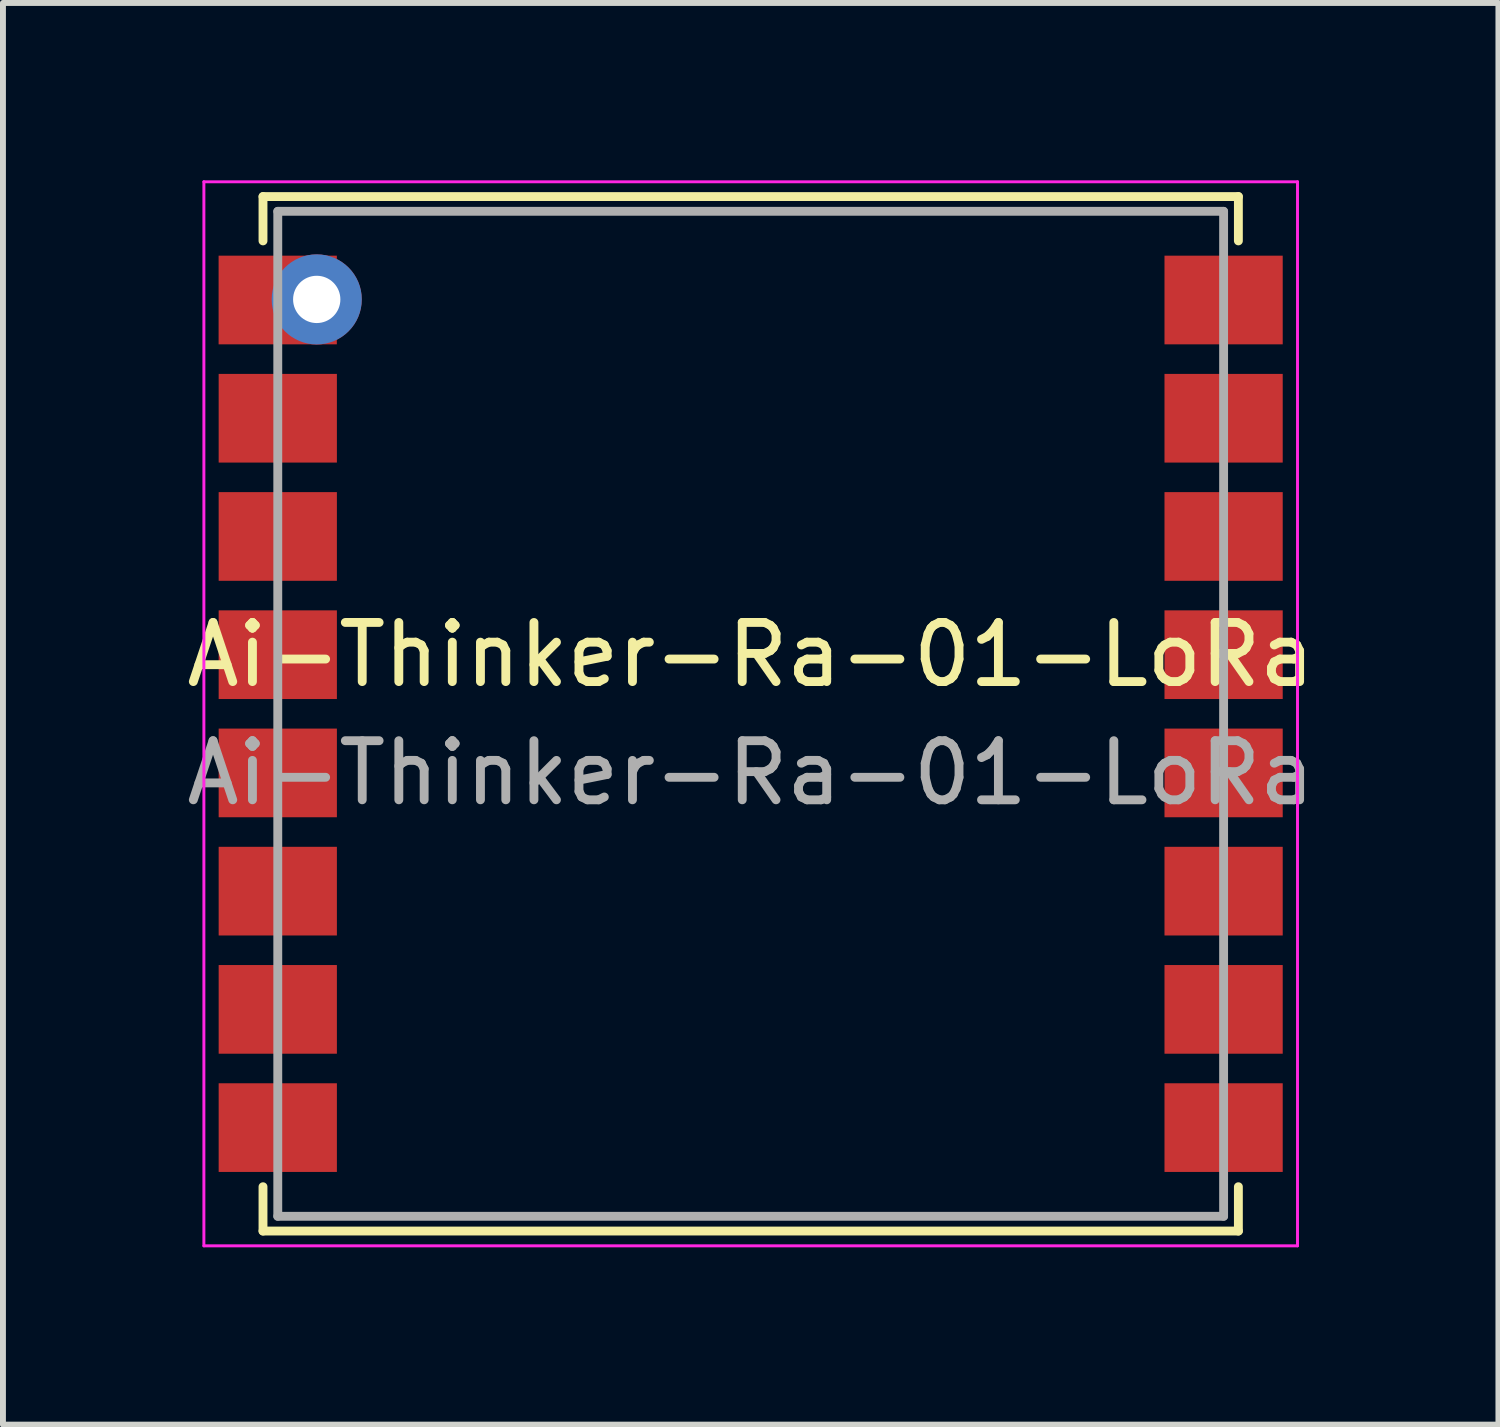
<source format=kicad_pcb>
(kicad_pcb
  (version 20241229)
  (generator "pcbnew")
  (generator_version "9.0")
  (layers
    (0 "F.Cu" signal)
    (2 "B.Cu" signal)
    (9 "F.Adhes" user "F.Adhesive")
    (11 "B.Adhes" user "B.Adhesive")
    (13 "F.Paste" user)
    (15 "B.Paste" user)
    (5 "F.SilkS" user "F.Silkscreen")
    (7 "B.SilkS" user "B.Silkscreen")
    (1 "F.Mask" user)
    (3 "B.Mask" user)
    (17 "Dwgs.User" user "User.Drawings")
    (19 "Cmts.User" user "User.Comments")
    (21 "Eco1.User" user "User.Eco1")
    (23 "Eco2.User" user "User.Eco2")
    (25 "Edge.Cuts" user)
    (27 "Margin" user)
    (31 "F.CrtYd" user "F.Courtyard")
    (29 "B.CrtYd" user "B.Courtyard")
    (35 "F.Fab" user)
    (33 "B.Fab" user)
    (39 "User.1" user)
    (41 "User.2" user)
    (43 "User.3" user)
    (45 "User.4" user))
  (footprint "Ai-Thinker-Ra-01-LoRa"
    (layer "F.Cu")
    (at 9.649 9.025)
    (property "Reference" "Ai-Thinker-Ra-01-LoRa" (at 0 -1 0) (layer "F.SilkS") (effects (font (size 1 1) (thickness 0.15))))
    (attr smd)
    (fp_line (start -8.25 -8.75) (end 8.25 -8.75) (stroke (width 0.15) (type solid)) (layer "F.SilkS"))
    (fp_line (start -8.25 -8) (end -8.25 -8.75) (stroke (width 0.15) (type solid)) (layer "F.SilkS"))
    (fp_line (start -8.25 8) (end -8.25 8.75) (stroke (width 0.15) (type solid)) (layer "F.SilkS"))
    (fp_line (start -8.25 8.75) (end 8.25 8.75) (stroke (width 0.15) (type solid)) (layer "F.SilkS"))
    (fp_line (start 8.25 -8.75) (end 8.25 -8) (stroke (width 0.15) (type solid)) (layer "F.SilkS"))
    (fp_line (start 8.25 8.75) (end 8.25 8) (stroke (width 0.15) (type solid)) (layer "F.SilkS"))
    (fp_line (start -9.25 -9) (end 9.25 -9) (stroke (width 0.05) (type solid)) (layer "F.CrtYd"))
    (fp_line (start -9.25 9) (end -9.25 -9) (stroke (width 0.05) (type solid)) (layer "F.CrtYd"))
    (fp_line (start 9.25 -9) (end 9.25 9) (stroke (width 0.05) (type solid)) (layer "F.CrtYd"))
    (fp_line (start 9.25 9) (end -9.25 9) (stroke (width 0.05) (type solid)) (layer "F.CrtYd"))
    (fp_line (start -8 -8.5) (end 8 -8.5) (stroke (width 0.15) (type solid)) (layer "F.Fab"))
    (fp_line (start -8 8.5) (end -8 -8.5) (stroke (width 0.15) (type solid)) (layer "F.Fab"))
    (fp_line (start 8 -8.5) (end 8 8.5) (stroke (width 0.15) (type solid)) (layer "F.Fab"))
    (fp_line (start 8 8.5) (end -8 8.5) (stroke (width 0.15) (type solid)) (layer "F.Fab"))
    (fp_text user "${REFERENCE}" (at 0 1 0) (layer "F.Fab") (effects (font (size 1 1) (thickness 0.15))))
    (pad "1" smd rect (at -8.001 -7) (size 2 1.5) (layers "F.Cu" "F.Mask" "F.Paste"))
    (pad "1" thru_hole circle (at -7.341 -7.01) (size 1.524 1.524) (drill 0.8) (layers "*.Cu" "*.Mask"))
    (pad "2" smd rect (at -8 -5) (size 2 1.5) (layers "F.Cu" "F.Mask" "F.Paste"))
    (pad "3" smd rect (at -8 -3) (size 2 1.5) (layers "F.Cu" "F.Mask" "F.Paste"))
    (pad "4" smd rect (at -8 -1) (size 2 1.5) (layers "F.Cu" "F.Mask" "F.Paste"))
    (pad "5" smd rect (at -8 1) (size 2 1.5) (layers "F.Cu" "F.Mask" "F.Paste"))
    (pad "6" smd rect (at -8 3) (size 2 1.5) (layers "F.Cu" "F.Mask" "F.Paste"))
    (pad "7" smd rect (at -8 5) (size 2 1.5) (layers "F.Cu" "F.Mask" "F.Paste"))
    (pad "8" smd rect (at -8 7) (size 2 1.5) (layers "F.Cu" "F.Mask" "F.Paste"))
    (pad "9" smd rect (at 8 7) (size 2 1.5) (layers "F.Cu" "F.Mask" "F.Paste"))
    (pad "10" smd rect (at 8 5) (size 2 1.5) (layers "F.Cu" "F.Mask" "F.Paste"))
    (pad "11" smd rect (at 8 3) (size 2 1.5) (layers "F.Cu" "F.Mask" "F.Paste"))
    (pad "12" smd rect (at 8 1) (size 2 1.5) (layers "F.Cu" "F.Mask" "F.Paste"))
    (pad "13" smd rect (at 8 -1) (size 2 1.5) (layers "F.Cu" "F.Mask" "F.Paste"))
    (pad "14" smd rect (at 8 -3) (size 2 1.5) (layers "F.Cu" "F.Mask" "F.Paste"))
    (pad "15" smd rect (at 8 -5) (size 2 1.5) (layers "F.Cu" "F.Mask" "F.Paste"))
    (pad "16" smd rect (at 8 -7) (size 2 1.5) (layers "F.Cu" "F.Mask" "F.Paste")))
  (gr_rect
    (start -3 -3)
    (end 22.298 21.05)
    (stroke (width 0.1) (type default))
    (fill no)
    (layer "Edge.Cuts")))
</source>
